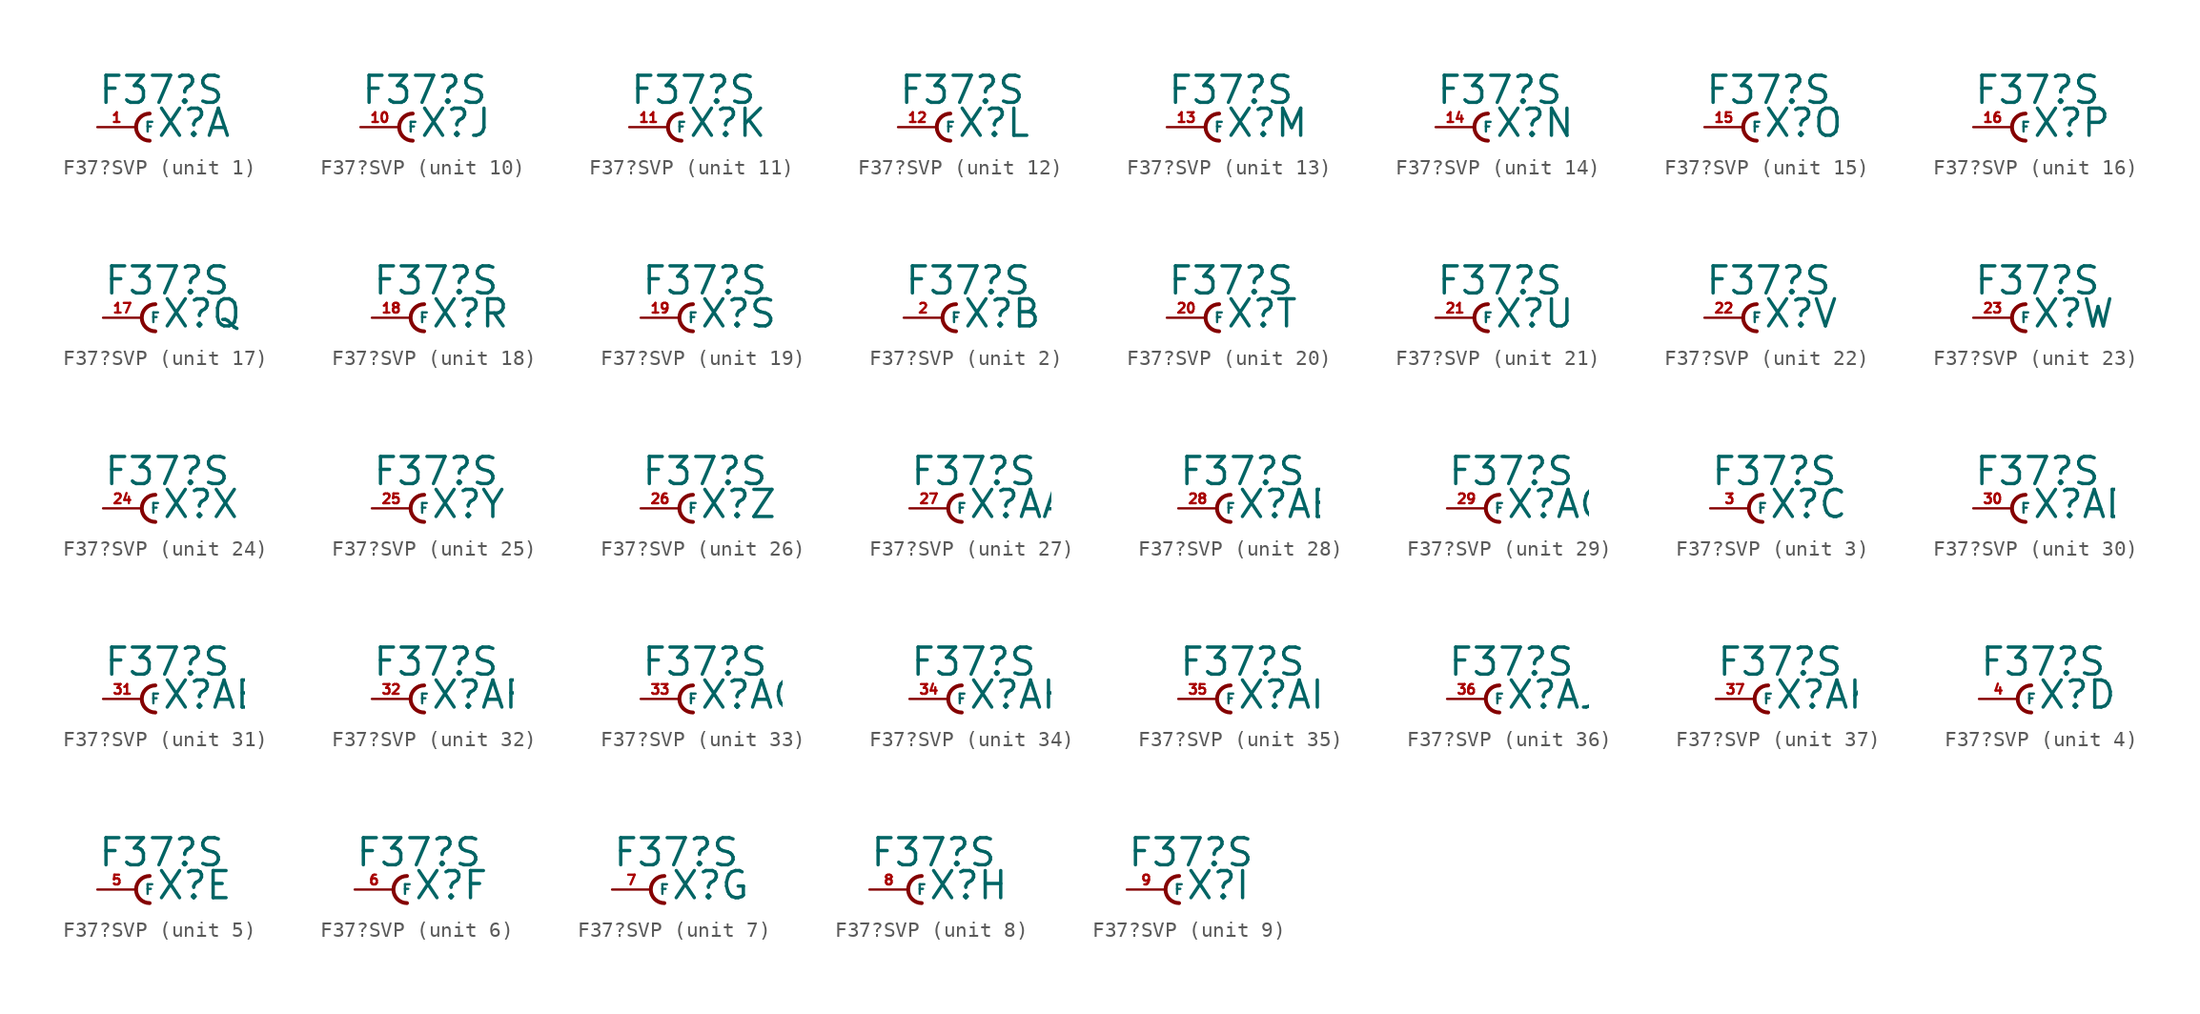
<source format=kicad_sym>
(kicad_symbol_lib
  (version 20220914)
  (generator Eagle2Kicad)
  (symbol "F37?SVP"
    (property "Reference" "X"
      (at 1.27 -0.762 0)
      (effects (font (size 1.778 1.778) (thickness 0.22)) (justify left bottom)))
    (property "Value" "F37?S"
      (at -2.54 1.397 0)
      (effects (font (size 1.778 1.778) (thickness 0.22)) (justify left bottom)))
    (symbol "F37?SVP_1_0"
      (arc (start 0.889 0.889) (mid 0.000 0.000) (end 0.889 -0.889) (stroke (width 0.254) (type default)) (fill (type none)))
      (pin passive line (at -2.54 0 0) (length 2.54) (name "F" (effects (font (size 0.635 0.635) (thickness 0.08)) (justify left bottom))) (number "1" (effects (font (size 0.635 0.635) (thickness 0.08)) (justify left bottom)))))
    (symbol "F37?SVP_2_0"
      (arc (start 0.889 0.889) (mid 0.000 0.000) (end 0.889 -0.889) (stroke (width 0.254) (type default)) (fill (type none)))
      (pin passive line (at -2.54 0 0) (length 2.54) (name "F" (effects (font (size 0.635 0.635) (thickness 0.08)) (justify left bottom))) (number "2" (effects (font (size 0.635 0.635) (thickness 0.08)) (justify left bottom)))))
    (symbol "F37?SVP_3_0"
      (arc (start 0.889 0.889) (mid 0.000 0.000) (end 0.889 -0.889) (stroke (width 0.254) (type default)) (fill (type none)))
      (pin passive line (at -2.54 0 0) (length 2.54) (name "F" (effects (font (size 0.635 0.635) (thickness 0.08)) (justify left bottom))) (number "3" (effects (font (size 0.635 0.635) (thickness 0.08)) (justify left bottom)))))
    (symbol "F37?SVP_4_0"
      (arc (start 0.889 0.889) (mid 0.000 0.000) (end 0.889 -0.889) (stroke (width 0.254) (type default)) (fill (type none)))
      (pin passive line (at -2.54 0 0) (length 2.54) (name "F" (effects (font (size 0.635 0.635) (thickness 0.08)) (justify left bottom))) (number "4" (effects (font (size 0.635 0.635) (thickness 0.08)) (justify left bottom)))))
    (symbol "F37?SVP_5_0"
      (arc (start 0.889 0.889) (mid 0.000 0.000) (end 0.889 -0.889) (stroke (width 0.254) (type default)) (fill (type none)))
      (pin passive line (at -2.54 0 0) (length 2.54) (name "F" (effects (font (size 0.635 0.635) (thickness 0.08)) (justify left bottom))) (number "5" (effects (font (size 0.635 0.635) (thickness 0.08)) (justify left bottom)))))
    (symbol "F37?SVP_6_0"
      (arc (start 0.889 0.889) (mid 0.000 0.000) (end 0.889 -0.889) (stroke (width 0.254) (type default)) (fill (type none)))
      (pin passive line (at -2.54 0 0) (length 2.54) (name "F" (effects (font (size 0.635 0.635) (thickness 0.08)) (justify left bottom))) (number "6" (effects (font (size 0.635 0.635) (thickness 0.08)) (justify left bottom)))))
    (symbol "F37?SVP_7_0"
      (arc (start 0.889 0.889) (mid 0.000 0.000) (end 0.889 -0.889) (stroke (width 0.254) (type default)) (fill (type none)))
      (pin passive line (at -2.54 0 0) (length 2.54) (name "F" (effects (font (size 0.635 0.635) (thickness 0.08)) (justify left bottom))) (number "7" (effects (font (size 0.635 0.635) (thickness 0.08)) (justify left bottom)))))
    (symbol "F37?SVP_8_0"
      (arc (start 0.889 0.889) (mid 0.000 0.000) (end 0.889 -0.889) (stroke (width 0.254) (type default)) (fill (type none)))
      (pin passive line (at -2.54 0 0) (length 2.54) (name "F" (effects (font (size 0.635 0.635) (thickness 0.08)) (justify left bottom))) (number "8" (effects (font (size 0.635 0.635) (thickness 0.08)) (justify left bottom)))))
    (symbol "F37?SVP_9_0"
      (arc (start 0.889 0.889) (mid 0.000 0.000) (end 0.889 -0.889) (stroke (width 0.254) (type default)) (fill (type none)))
      (pin passive line (at -2.54 0 0) (length 2.54) (name "F" (effects (font (size 0.635 0.635) (thickness 0.08)) (justify left bottom))) (number "9" (effects (font (size 0.635 0.635) (thickness 0.08)) (justify left bottom)))))
    (symbol "F37?SVP_10_0"
      (arc (start 0.889 0.889) (mid 0.000 0.000) (end 0.889 -0.889) (stroke (width 0.254) (type default)) (fill (type none)))
      (pin passive line (at -2.54 0 0) (length 2.54) (name "F" (effects (font (size 0.635 0.635) (thickness 0.08)) (justify left bottom))) (number "10" (effects (font (size 0.635 0.635) (thickness 0.08)) (justify left bottom)))))
    (symbol "F37?SVP_11_0"
      (arc (start 0.889 0.889) (mid 0.000 0.000) (end 0.889 -0.889) (stroke (width 0.254) (type default)) (fill (type none)))
      (pin passive line (at -2.54 0 0) (length 2.54) (name "F" (effects (font (size 0.635 0.635) (thickness 0.08)) (justify left bottom))) (number "11" (effects (font (size 0.635 0.635) (thickness 0.08)) (justify left bottom)))))
    (symbol "F37?SVP_12_0"
      (arc (start 0.889 0.889) (mid 0.000 0.000) (end 0.889 -0.889) (stroke (width 0.254) (type default)) (fill (type none)))
      (pin passive line (at -2.54 0 0) (length 2.54) (name "F" (effects (font (size 0.635 0.635) (thickness 0.08)) (justify left bottom))) (number "12" (effects (font (size 0.635 0.635) (thickness 0.08)) (justify left bottom)))))
    (symbol "F37?SVP_13_0"
      (arc (start 0.889 0.889) (mid 0.000 0.000) (end 0.889 -0.889) (stroke (width 0.254) (type default)) (fill (type none)))
      (pin passive line (at -2.54 0 0) (length 2.54) (name "F" (effects (font (size 0.635 0.635) (thickness 0.08)) (justify left bottom))) (number "13" (effects (font (size 0.635 0.635) (thickness 0.08)) (justify left bottom)))))
    (symbol "F37?SVP_14_0"
      (arc (start 0.889 0.889) (mid 0.000 0.000) (end 0.889 -0.889) (stroke (width 0.254) (type default)) (fill (type none)))
      (pin passive line (at -2.54 0 0) (length 2.54) (name "F" (effects (font (size 0.635 0.635) (thickness 0.08)) (justify left bottom))) (number "14" (effects (font (size 0.635 0.635) (thickness 0.08)) (justify left bottom)))))
    (symbol "F37?SVP_15_0"
      (arc (start 0.889 0.889) (mid 0.000 0.000) (end 0.889 -0.889) (stroke (width 0.254) (type default)) (fill (type none)))
      (pin passive line (at -2.54 0 0) (length 2.54) (name "F" (effects (font (size 0.635 0.635) (thickness 0.08)) (justify left bottom))) (number "15" (effects (font (size 0.635 0.635) (thickness 0.08)) (justify left bottom)))))
    (symbol "F37?SVP_16_0"
      (arc (start 0.889 0.889) (mid 0.000 0.000) (end 0.889 -0.889) (stroke (width 0.254) (type default)) (fill (type none)))
      (pin passive line (at -2.54 0 0) (length 2.54) (name "F" (effects (font (size 0.635 0.635) (thickness 0.08)) (justify left bottom))) (number "16" (effects (font (size 0.635 0.635) (thickness 0.08)) (justify left bottom)))))
    (symbol "F37?SVP_17_0"
      (arc (start 0.889 0.889) (mid 0.000 0.000) (end 0.889 -0.889) (stroke (width 0.254) (type default)) (fill (type none)))
      (pin passive line (at -2.54 0 0) (length 2.54) (name "F" (effects (font (size 0.635 0.635) (thickness 0.08)) (justify left bottom))) (number "17" (effects (font (size 0.635 0.635) (thickness 0.08)) (justify left bottom)))))
    (symbol "F37?SVP_18_0"
      (arc (start 0.889 0.889) (mid 0.000 0.000) (end 0.889 -0.889) (stroke (width 0.254) (type default)) (fill (type none)))
      (pin passive line (at -2.54 0 0) (length 2.54) (name "F" (effects (font (size 0.635 0.635) (thickness 0.08)) (justify left bottom))) (number "18" (effects (font (size 0.635 0.635) (thickness 0.08)) (justify left bottom)))))
    (symbol "F37?SVP_19_0"
      (arc (start 0.889 0.889) (mid 0.000 0.000) (end 0.889 -0.889) (stroke (width 0.254) (type default)) (fill (type none)))
      (pin passive line (at -2.54 0 0) (length 2.54) (name "F" (effects (font (size 0.635 0.635) (thickness 0.08)) (justify left bottom))) (number "19" (effects (font (size 0.635 0.635) (thickness 0.08)) (justify left bottom)))))
    (symbol "F37?SVP_20_0"
      (arc (start 0.889 0.889) (mid 0.000 0.000) (end 0.889 -0.889) (stroke (width 0.254) (type default)) (fill (type none)))
      (pin passive line (at -2.54 0 0) (length 2.54) (name "F" (effects (font (size 0.635 0.635) (thickness 0.08)) (justify left bottom))) (number "20" (effects (font (size 0.635 0.635) (thickness 0.08)) (justify left bottom)))))
    (symbol "F37?SVP_21_0"
      (arc (start 0.889 0.889) (mid 0.000 0.000) (end 0.889 -0.889) (stroke (width 0.254) (type default)) (fill (type none)))
      (pin passive line (at -2.54 0 0) (length 2.54) (name "F" (effects (font (size 0.635 0.635) (thickness 0.08)) (justify left bottom))) (number "21" (effects (font (size 0.635 0.635) (thickness 0.08)) (justify left bottom)))))
    (symbol "F37?SVP_22_0"
      (arc (start 0.889 0.889) (mid 0.000 0.000) (end 0.889 -0.889) (stroke (width 0.254) (type default)) (fill (type none)))
      (pin passive line (at -2.54 0 0) (length 2.54) (name "F" (effects (font (size 0.635 0.635) (thickness 0.08)) (justify left bottom))) (number "22" (effects (font (size 0.635 0.635) (thickness 0.08)) (justify left bottom)))))
    (symbol "F37?SVP_23_0"
      (arc (start 0.889 0.889) (mid 0.000 0.000) (end 0.889 -0.889) (stroke (width 0.254) (type default)) (fill (type none)))
      (pin passive line (at -2.54 0 0) (length 2.54) (name "F" (effects (font (size 0.635 0.635) (thickness 0.08)) (justify left bottom))) (number "23" (effects (font (size 0.635 0.635) (thickness 0.08)) (justify left bottom)))))
    (symbol "F37?SVP_24_0"
      (arc (start 0.889 0.889) (mid 0.000 0.000) (end 0.889 -0.889) (stroke (width 0.254) (type default)) (fill (type none)))
      (pin passive line (at -2.54 0 0) (length 2.54) (name "F" (effects (font (size 0.635 0.635) (thickness 0.08)) (justify left bottom))) (number "24" (effects (font (size 0.635 0.635) (thickness 0.08)) (justify left bottom)))))
    (symbol "F37?SVP_25_0"
      (arc (start 0.889 0.889) (mid 0.000 0.000) (end 0.889 -0.889) (stroke (width 0.254) (type default)) (fill (type none)))
      (pin passive line (at -2.54 0 0) (length 2.54) (name "F" (effects (font (size 0.635 0.635) (thickness 0.08)) (justify left bottom))) (number "25" (effects (font (size 0.635 0.635) (thickness 0.08)) (justify left bottom)))))
    (symbol "F37?SVP_26_0"
      (arc (start 0.889 0.889) (mid 0.000 0.000) (end 0.889 -0.889) (stroke (width 0.254) (type default)) (fill (type none)))
      (pin passive line (at -2.54 0 0) (length 2.54) (name "F" (effects (font (size 0.635 0.635) (thickness 0.08)) (justify left bottom))) (number "26" (effects (font (size 0.635 0.635) (thickness 0.08)) (justify left bottom)))))
    (symbol "F37?SVP_27_0"
      (arc (start 0.889 0.889) (mid 0.000 0.000) (end 0.889 -0.889) (stroke (width 0.254) (type default)) (fill (type none)))
      (pin passive line (at -2.54 0 0) (length 2.54) (name "F" (effects (font (size 0.635 0.635) (thickness 0.08)) (justify left bottom))) (number "27" (effects (font (size 0.635 0.635) (thickness 0.08)) (justify left bottom)))))
    (symbol "F37?SVP_28_0"
      (arc (start 0.889 0.889) (mid 0.000 0.000) (end 0.889 -0.889) (stroke (width 0.254) (type default)) (fill (type none)))
      (pin passive line (at -2.54 0 0) (length 2.54) (name "F" (effects (font (size 0.635 0.635) (thickness 0.08)) (justify left bottom))) (number "28" (effects (font (size 0.635 0.635) (thickness 0.08)) (justify left bottom)))))
    (symbol "F37?SVP_29_0"
      (arc (start 0.889 0.889) (mid 0.000 0.000) (end 0.889 -0.889) (stroke (width 0.254) (type default)) (fill (type none)))
      (pin passive line (at -2.54 0 0) (length 2.54) (name "F" (effects (font (size 0.635 0.635) (thickness 0.08)) (justify left bottom))) (number "29" (effects (font (size 0.635 0.635) (thickness 0.08)) (justify left bottom)))))
    (symbol "F37?SVP_30_0"
      (arc (start 0.889 0.889) (mid 0.000 0.000) (end 0.889 -0.889) (stroke (width 0.254) (type default)) (fill (type none)))
      (pin passive line (at -2.54 0 0) (length 2.54) (name "F" (effects (font (size 0.635 0.635) (thickness 0.08)) (justify left bottom))) (number "30" (effects (font (size 0.635 0.635) (thickness 0.08)) (justify left bottom)))))
    (symbol "F37?SVP_31_0"
      (arc (start 0.889 0.889) (mid 0.000 0.000) (end 0.889 -0.889) (stroke (width 0.254) (type default)) (fill (type none)))
      (pin passive line (at -2.54 0 0) (length 2.54) (name "F" (effects (font (size 0.635 0.635) (thickness 0.08)) (justify left bottom))) (number "31" (effects (font (size 0.635 0.635) (thickness 0.08)) (justify left bottom)))))
    (symbol "F37?SVP_32_0"
      (arc (start 0.889 0.889) (mid 0.000 0.000) (end 0.889 -0.889) (stroke (width 0.254) (type default)) (fill (type none)))
      (pin passive line (at -2.54 0 0) (length 2.54) (name "F" (effects (font (size 0.635 0.635) (thickness 0.08)) (justify left bottom))) (number "32" (effects (font (size 0.635 0.635) (thickness 0.08)) (justify left bottom)))))
    (symbol "F37?SVP_33_0"
      (arc (start 0.889 0.889) (mid 0.000 0.000) (end 0.889 -0.889) (stroke (width 0.254) (type default)) (fill (type none)))
      (pin passive line (at -2.54 0 0) (length 2.54) (name "F" (effects (font (size 0.635 0.635) (thickness 0.08)) (justify left bottom))) (number "33" (effects (font (size 0.635 0.635) (thickness 0.08)) (justify left bottom)))))
    (symbol "F37?SVP_34_0"
      (arc (start 0.889 0.889) (mid 0.000 0.000) (end 0.889 -0.889) (stroke (width 0.254) (type default)) (fill (type none)))
      (pin passive line (at -2.54 0 0) (length 2.54) (name "F" (effects (font (size 0.635 0.635) (thickness 0.08)) (justify left bottom))) (number "34" (effects (font (size 0.635 0.635) (thickness 0.08)) (justify left bottom)))))
    (symbol "F37?SVP_35_0"
      (arc (start 0.889 0.889) (mid 0.000 0.000) (end 0.889 -0.889) (stroke (width 0.254) (type default)) (fill (type none)))
      (pin passive line (at -2.54 0 0) (length 2.54) (name "F" (effects (font (size 0.635 0.635) (thickness 0.08)) (justify left bottom))) (number "35" (effects (font (size 0.635 0.635) (thickness 0.08)) (justify left bottom)))))
    (symbol "F37?SVP_36_0"
      (arc (start 0.889 0.889) (mid 0.000 0.000) (end 0.889 -0.889) (stroke (width 0.254) (type default)) (fill (type none)))
      (pin passive line (at -2.54 0 0) (length 2.54) (name "F" (effects (font (size 0.635 0.635) (thickness 0.08)) (justify left bottom))) (number "36" (effects (font (size 0.635 0.635) (thickness 0.08)) (justify left bottom)))))
    (symbol "F37?SVP_37_0"
      (arc (start 0.889 0.889) (mid 0.000 0.000) (end 0.889 -0.889) (stroke (width 0.254) (type default)) (fill (type none)))
      (pin passive line (at -2.54 0 0) (length 2.54) (name "F" (effects (font (size 0.635 0.635) (thickness 0.08)) (justify left bottom))) (number "37" (effects (font (size 0.635 0.635) (thickness 0.08)) (justify left bottom)))))))
</source>
